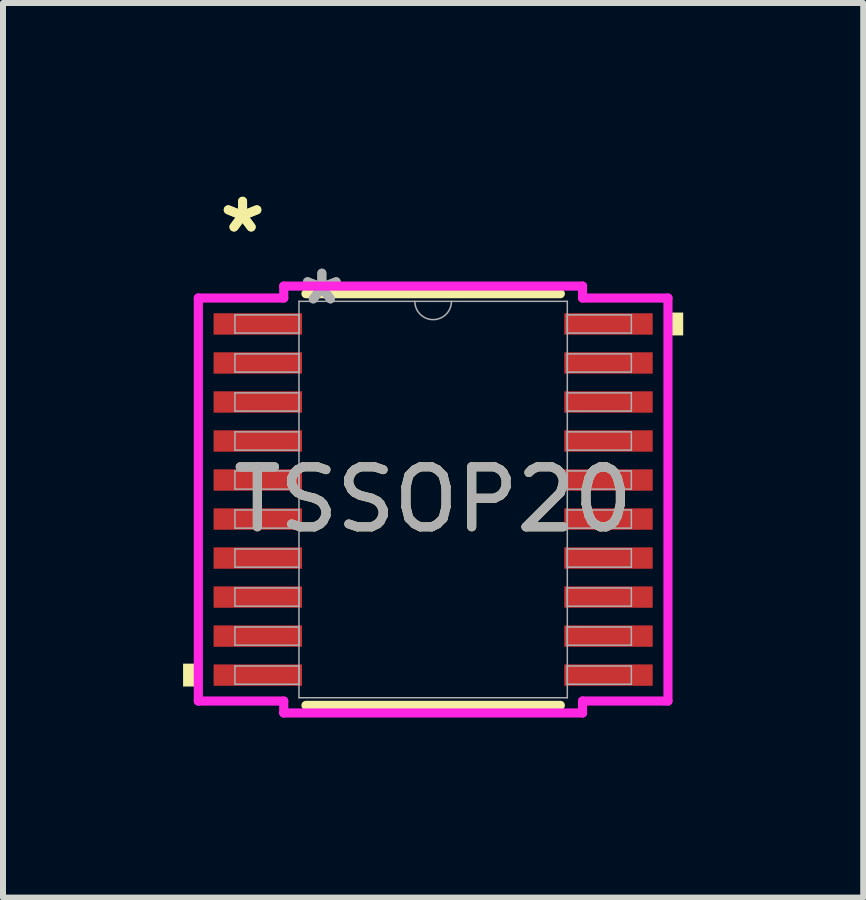
<source format=kicad_pcb>
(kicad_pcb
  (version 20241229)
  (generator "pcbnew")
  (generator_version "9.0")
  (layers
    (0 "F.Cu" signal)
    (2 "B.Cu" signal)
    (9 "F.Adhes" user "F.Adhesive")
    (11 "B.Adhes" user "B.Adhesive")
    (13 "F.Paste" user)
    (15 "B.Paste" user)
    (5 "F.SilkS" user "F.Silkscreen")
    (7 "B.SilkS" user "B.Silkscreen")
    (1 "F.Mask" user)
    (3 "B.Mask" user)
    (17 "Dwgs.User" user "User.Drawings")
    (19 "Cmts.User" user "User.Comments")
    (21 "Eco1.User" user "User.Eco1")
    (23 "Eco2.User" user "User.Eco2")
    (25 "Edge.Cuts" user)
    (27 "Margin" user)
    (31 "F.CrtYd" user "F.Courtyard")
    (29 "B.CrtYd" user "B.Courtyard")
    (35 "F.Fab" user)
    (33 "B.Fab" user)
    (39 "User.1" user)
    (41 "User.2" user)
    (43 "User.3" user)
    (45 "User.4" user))
  (footprint "TSSOP20"
    (layer "F.Cu")
    (at 4.166 5.272)
    (property "Reference" "TSSOP20" (at 0 0 0) (unlocked yes) (layer "F.SilkS") (effects (font (size 1 1) (thickness 0.15))))
    (attr smd)
    (fp_line (start -2.119 3.429) (end 2.119 3.429) (stroke (width 0.152) (type solid)) (layer "F.SilkS"))
    (fp_line (start 2.119 -3.429) (end -2.119 -3.429) (stroke (width 0.152) (type solid)) (layer "F.SilkS"))
    (fp_poly (pts (xy -4.166 2.734) (xy -4.166 3.115) (xy -3.912 3.115) (xy -3.912 2.734)) (stroke (width 0) (type solid)) (fill yes) (layer "F.SilkS"))
    (fp_poly (pts (xy 4.166 -3.115) (xy 4.166 -2.734) (xy 3.912 -2.734) (xy 3.912 -3.115)) (stroke (width 0) (type solid)) (fill yes) (layer "F.SilkS"))
    (fp_line (start -3.912 -3.357) (end -2.489 -3.357) (stroke (width 0.152) (type solid)) (layer "F.CrtYd"))
    (fp_line (start -3.912 3.357) (end -3.912 -3.357) (stroke (width 0.152) (type solid)) (layer "F.CrtYd"))
    (fp_line (start -3.912 3.357) (end -2.489 3.357) (stroke (width 0.152) (type solid)) (layer "F.CrtYd"))
    (fp_line (start -2.489 -3.556) (end 2.489 -3.556) (stroke (width 0.152) (type solid)) (layer "F.CrtYd"))
    (fp_line (start -2.489 -3.357) (end -2.489 -3.556) (stroke (width 0.152) (type solid)) (layer "F.CrtYd"))
    (fp_line (start -2.489 3.556) (end -2.489 3.357) (stroke (width 0.152) (type solid)) (layer "F.CrtYd"))
    (fp_line (start 2.489 -3.556) (end 2.489 -3.357) (stroke (width 0.152) (type solid)) (layer "F.CrtYd"))
    (fp_line (start 2.489 3.357) (end 2.489 3.556) (stroke (width 0.152) (type solid)) (layer "F.CrtYd"))
    (fp_line (start 2.489 3.556) (end -2.489 3.556) (stroke (width 0.152) (type solid)) (layer "F.CrtYd"))
    (fp_line (start 3.912 -3.357) (end 2.489 -3.357) (stroke (width 0.152) (type solid)) (layer "F.CrtYd"))
    (fp_line (start 3.912 -3.357) (end 3.912 3.357) (stroke (width 0.152) (type solid)) (layer "F.CrtYd"))
    (fp_line (start 3.912 3.357) (end 2.489 3.357) (stroke (width 0.152) (type solid)) (layer "F.CrtYd"))
    (fp_line (start -3.302 -3.077) (end -3.302 -2.773) (stroke (width 0.025) (type solid)) (layer "F.Fab"))
    (fp_line (start -3.302 -2.773) (end -2.235 -2.773) (stroke (width 0.025) (type solid)) (layer "F.Fab"))
    (fp_line (start -3.302 -2.427) (end -3.302 -2.123) (stroke (width 0.025) (type solid)) (layer "F.Fab"))
    (fp_line (start -3.302 -2.123) (end -2.235 -2.123) (stroke (width 0.025) (type solid)) (layer "F.Fab"))
    (fp_line (start -3.302 -1.777) (end -3.302 -1.473) (stroke (width 0.025) (type solid)) (layer "F.Fab"))
    (fp_line (start -3.302 -1.473) (end -2.235 -1.473) (stroke (width 0.025) (type solid)) (layer "F.Fab"))
    (fp_line (start -3.302 -1.127) (end -3.302 -0.823) (stroke (width 0.025) (type solid)) (layer "F.Fab"))
    (fp_line (start -3.302 -0.823) (end -2.235 -0.823) (stroke (width 0.025) (type solid)) (layer "F.Fab"))
    (fp_line (start -3.302 -0.477) (end -3.302 -0.173) (stroke (width 0.025) (type solid)) (layer "F.Fab"))
    (fp_line (start -3.302 -0.173) (end -2.235 -0.173) (stroke (width 0.025) (type solid)) (layer "F.Fab"))
    (fp_line (start -3.302 0.173) (end -3.302 0.477) (stroke (width 0.025) (type solid)) (layer "F.Fab"))
    (fp_line (start -3.302 0.477) (end -2.235 0.477) (stroke (width 0.025) (type solid)) (layer "F.Fab"))
    (fp_line (start -3.302 0.823) (end -3.302 1.127) (stroke (width 0.025) (type solid)) (layer "F.Fab"))
    (fp_line (start -3.302 1.127) (end -2.235 1.127) (stroke (width 0.025) (type solid)) (layer "F.Fab"))
    (fp_line (start -3.302 1.473) (end -3.302 1.777) (stroke (width 0.025) (type solid)) (layer "F.Fab"))
    (fp_line (start -3.302 1.777) (end -2.235 1.777) (stroke (width 0.025) (type solid)) (layer "F.Fab"))
    (fp_line (start -3.302 2.123) (end -3.302 2.427) (stroke (width 0.025) (type solid)) (layer "F.Fab"))
    (fp_line (start -3.302 2.427) (end -2.235 2.427) (stroke (width 0.025) (type solid)) (layer "F.Fab"))
    (fp_line (start -3.302 2.773) (end -3.302 3.077) (stroke (width 0.025) (type solid)) (layer "F.Fab"))
    (fp_line (start -3.302 3.077) (end -2.235 3.077) (stroke (width 0.025) (type solid)) (layer "F.Fab"))
    (fp_line (start -2.235 -3.302) (end -2.235 3.302) (stroke (width 0.025) (type solid)) (layer "F.Fab"))
    (fp_line (start -2.235 -3.077) (end -3.302 -3.077) (stroke (width 0.025) (type solid)) (layer "F.Fab"))
    (fp_line (start -2.235 -2.773) (end -2.235 -3.077) (stroke (width 0.025) (type solid)) (layer "F.Fab"))
    (fp_line (start -2.235 -2.427) (end -3.302 -2.427) (stroke (width 0.025) (type solid)) (layer "F.Fab"))
    (fp_line (start -2.235 -2.123) (end -2.235 -2.427) (stroke (width 0.025) (type solid)) (layer "F.Fab"))
    (fp_line (start -2.235 -1.777) (end -3.302 -1.777) (stroke (width 0.025) (type solid)) (layer "F.Fab"))
    (fp_line (start -2.235 -1.473) (end -2.235 -1.777) (stroke (width 0.025) (type solid)) (layer "F.Fab"))
    (fp_line (start -2.235 -1.127) (end -3.302 -1.127) (stroke (width 0.025) (type solid)) (layer "F.Fab"))
    (fp_line (start -2.235 -0.823) (end -2.235 -1.127) (stroke (width 0.025) (type solid)) (layer "F.Fab"))
    (fp_line (start -2.235 -0.477) (end -3.302 -0.477) (stroke (width 0.025) (type solid)) (layer "F.Fab"))
    (fp_line (start -2.235 -0.173) (end -2.235 -0.477) (stroke (width 0.025) (type solid)) (layer "F.Fab"))
    (fp_line (start -2.235 0.173) (end -3.302 0.173) (stroke (width 0.025) (type solid)) (layer "F.Fab"))
    (fp_line (start -2.235 0.477) (end -2.235 0.173) (stroke (width 0.025) (type solid)) (layer "F.Fab"))
    (fp_line (start -2.235 0.823) (end -3.302 0.823) (stroke (width 0.025) (type solid)) (layer "F.Fab"))
    (fp_line (start -2.235 1.127) (end -2.235 0.823) (stroke (width 0.025) (type solid)) (layer "F.Fab"))
    (fp_line (start -2.235 1.473) (end -3.302 1.473) (stroke (width 0.025) (type solid)) (layer "F.Fab"))
    (fp_line (start -2.235 1.777) (end -2.235 1.473) (stroke (width 0.025) (type solid)) (layer "F.Fab"))
    (fp_line (start -2.235 2.123) (end -3.302 2.123) (stroke (width 0.025) (type solid)) (layer "F.Fab"))
    (fp_line (start -2.235 2.427) (end -2.235 2.123) (stroke (width 0.025) (type solid)) (layer "F.Fab"))
    (fp_line (start -2.235 2.773) (end -3.302 2.773) (stroke (width 0.025) (type solid)) (layer "F.Fab"))
    (fp_line (start -2.235 3.077) (end -2.235 2.773) (stroke (width 0.025) (type solid)) (layer "F.Fab"))
    (fp_line (start -2.235 3.302) (end 2.235 3.302) (stroke (width 0.025) (type solid)) (layer "F.Fab"))
    (fp_line (start 2.235 -3.302) (end -2.235 -3.302) (stroke (width 0.025) (type solid)) (layer "F.Fab"))
    (fp_line (start 2.235 -3.077) (end 2.235 -2.773) (stroke (width 0.025) (type solid)) (layer "F.Fab"))
    (fp_line (start 2.235 -2.773) (end 3.302 -2.773) (stroke (width 0.025) (type solid)) (layer "F.Fab"))
    (fp_line (start 2.235 -2.427) (end 2.235 -2.123) (stroke (width 0.025) (type solid)) (layer "F.Fab"))
    (fp_line (start 2.235 -2.123) (end 3.302 -2.123) (stroke (width 0.025) (type solid)) (layer "F.Fab"))
    (fp_line (start 2.235 -1.777) (end 2.235 -1.473) (stroke (width 0.025) (type solid)) (layer "F.Fab"))
    (fp_line (start 2.235 -1.473) (end 3.302 -1.473) (stroke (width 0.025) (type solid)) (layer "F.Fab"))
    (fp_line (start 2.235 -1.127) (end 2.235 -0.823) (stroke (width 0.025) (type solid)) (layer "F.Fab"))
    (fp_line (start 2.235 -0.823) (end 3.302 -0.823) (stroke (width 0.025) (type solid)) (layer "F.Fab"))
    (fp_line (start 2.235 -0.477) (end 2.235 -0.173) (stroke (width 0.025) (type solid)) (layer "F.Fab"))
    (fp_line (start 2.235 -0.173) (end 3.302 -0.173) (stroke (width 0.025) (type solid)) (layer "F.Fab"))
    (fp_line (start 2.235 0.173) (end 2.235 0.477) (stroke (width 0.025) (type solid)) (layer "F.Fab"))
    (fp_line (start 2.235 0.477) (end 3.302 0.477) (stroke (width 0.025) (type solid)) (layer "F.Fab"))
    (fp_line (start 2.235 0.823) (end 2.235 1.127) (stroke (width 0.025) (type solid)) (layer "F.Fab"))
    (fp_line (start 2.235 1.127) (end 3.302 1.127) (stroke (width 0.025) (type solid)) (layer "F.Fab"))
    (fp_line (start 2.235 1.473) (end 2.235 1.777) (stroke (width 0.025) (type solid)) (layer "F.Fab"))
    (fp_line (start 2.235 1.777) (end 3.302 1.777) (stroke (width 0.025) (type solid)) (layer "F.Fab"))
    (fp_line (start 2.235 2.123) (end 2.235 2.427) (stroke (width 0.025) (type solid)) (layer "F.Fab"))
    (fp_line (start 2.235 2.427) (end 3.302 2.427) (stroke (width 0.025) (type solid)) (layer "F.Fab"))
    (fp_line (start 2.235 2.773) (end 2.235 3.077) (stroke (width 0.025) (type solid)) (layer "F.Fab"))
    (fp_line (start 2.235 3.077) (end 3.302 3.077) (stroke (width 0.025) (type solid)) (layer "F.Fab"))
    (fp_line (start 2.235 3.302) (end 2.235 -3.302) (stroke (width 0.025) (type solid)) (layer "F.Fab"))
    (fp_line (start 3.302 -3.077) (end 2.235 -3.077) (stroke (width 0.025) (type solid)) (layer "F.Fab"))
    (fp_line (start 3.302 -2.773) (end 3.302 -3.077) (stroke (width 0.025) (type solid)) (layer "F.Fab"))
    (fp_line (start 3.302 -2.427) (end 2.235 -2.427) (stroke (width 0.025) (type solid)) (layer "F.Fab"))
    (fp_line (start 3.302 -2.123) (end 3.302 -2.427) (stroke (width 0.025) (type solid)) (layer "F.Fab"))
    (fp_line (start 3.302 -1.777) (end 2.235 -1.777) (stroke (width 0.025) (type solid)) (layer "F.Fab"))
    (fp_line (start 3.302 -1.473) (end 3.302 -1.777) (stroke (width 0.025) (type solid)) (layer "F.Fab"))
    (fp_line (start 3.302 -1.127) (end 2.235 -1.127) (stroke (width 0.025) (type solid)) (layer "F.Fab"))
    (fp_line (start 3.302 -0.823) (end 3.302 -1.127) (stroke (width 0.025) (type solid)) (layer "F.Fab"))
    (fp_line (start 3.302 -0.477) (end 2.235 -0.477) (stroke (width 0.025) (type solid)) (layer "F.Fab"))
    (fp_line (start 3.302 -0.173) (end 3.302 -0.477) (stroke (width 0.025) (type solid)) (layer "F.Fab"))
    (fp_line (start 3.302 0.173) (end 2.235 0.173) (stroke (width 0.025) (type solid)) (layer "F.Fab"))
    (fp_line (start 3.302 0.477) (end 3.302 0.173) (stroke (width 0.025) (type solid)) (layer "F.Fab"))
    (fp_line (start 3.302 0.823) (end 2.235 0.823) (stroke (width 0.025) (type solid)) (layer "F.Fab"))
    (fp_line (start 3.302 1.127) (end 3.302 0.823) (stroke (width 0.025) (type solid)) (layer "F.Fab"))
    (fp_line (start 3.302 1.473) (end 2.235 1.473) (stroke (width 0.025) (type solid)) (layer "F.Fab"))
    (fp_line (start 3.302 1.777) (end 3.302 1.473) (stroke (width 0.025) (type solid)) (layer "F.Fab"))
    (fp_line (start 3.302 2.123) (end 2.235 2.123) (stroke (width 0.025) (type solid)) (layer "F.Fab"))
    (fp_line (start 3.302 2.427) (end 3.302 2.123) (stroke (width 0.025) (type solid)) (layer "F.Fab"))
    (fp_line (start 3.302 2.773) (end 2.235 2.773) (stroke (width 0.025) (type solid)) (layer "F.Fab"))
    (fp_line (start 3.302 3.077) (end 3.302 2.773) (stroke (width 0.025) (type solid)) (layer "F.Fab"))
    (fp_arc (start 0.3048 -3.302) (mid 0 -2.9972) (end -0.3048 -3.302) (stroke (width 0.0254) (type solid)) (layer "F.Fab"))
    (fp_text user "*" (at -3.175 -4.424 0) (unlocked yes) (layer "F.SilkS") (effects (font (size 1 1) (thickness 0.15))))
    (fp_text user "*" (at -3.175 -4.424 0) (layer "F.SilkS") (effects (font (size 1 1) (thickness 0.15))))
    (fp_text user "${REFERENCE}" (at 0 0 0) (unlocked yes) (layer "F.Fab") (effects (font (size 1 1) (thickness 0.15))))
    (fp_text user "*" (at -1.854 -3.226 0) (unlocked yes) (layer "F.Fab") (effects (font (size 1 1) (thickness 0.15))))
    (fp_text user "*" (at -1.854 -3.226 0) (layer "F.Fab") (effects (font (size 1 1) (thickness 0.15))))
    (pad "1" smd rect (at -2.921 -2.925) (size 1.473 0.356) (layers "F.Cu" "F.Mask" "F.Paste"))
    (pad "2" smd rect (at -2.921 -2.275) (size 1.473 0.356) (layers "F.Cu" "F.Mask" "F.Paste"))
    (pad "3" smd rect (at -2.921 -1.625) (size 1.473 0.356) (layers "F.Cu" "F.Mask" "F.Paste"))
    (pad "4" smd rect (at -2.921 -0.975) (size 1.473 0.356) (layers "F.Cu" "F.Mask" "F.Paste"))
    (pad "5" smd rect (at -2.921 -0.325) (size 1.473 0.356) (layers "F.Cu" "F.Mask" "F.Paste"))
    (pad "6" smd rect (at -2.921 0.325) (size 1.473 0.356) (layers "F.Cu" "F.Mask" "F.Paste"))
    (pad "7" smd rect (at -2.921 0.975) (size 1.473 0.356) (layers "F.Cu" "F.Mask" "F.Paste"))
    (pad "8" smd rect (at -2.921 1.625) (size 1.473 0.356) (layers "F.Cu" "F.Mask" "F.Paste"))
    (pad "9" smd rect (at -2.921 2.275) (size 1.473 0.356) (layers "F.Cu" "F.Mask" "F.Paste"))
    (pad "10" smd rect (at -2.921 2.925) (size 1.473 0.356) (layers "F.Cu" "F.Mask" "F.Paste"))
    (pad "11" smd rect (at 2.921 2.925) (size 1.473 0.356) (layers "F.Cu" "F.Mask" "F.Paste"))
    (pad "12" smd rect (at 2.921 2.275) (size 1.473 0.356) (layers "F.Cu" "F.Mask" "F.Paste"))
    (pad "13" smd rect (at 2.921 1.625) (size 1.473 0.356) (layers "F.Cu" "F.Mask" "F.Paste"))
    (pad "14" smd rect (at 2.921 0.975) (size 1.473 0.356) (layers "F.Cu" "F.Mask" "F.Paste"))
    (pad "15" smd rect (at 2.921 0.325) (size 1.473 0.356) (layers "F.Cu" "F.Mask" "F.Paste"))
    (pad "16" smd rect (at 2.921 -0.325) (size 1.473 0.356) (layers "F.Cu" "F.Mask" "F.Paste"))
    (pad "17" smd rect (at 2.921 -0.975) (size 1.473 0.356) (layers "F.Cu" "F.Mask" "F.Paste"))
    (pad "18" smd rect (at 2.921 -1.625) (size 1.473 0.356) (layers "F.Cu" "F.Mask" "F.Paste"))
    (pad "19" smd rect (at 2.921 -2.275) (size 1.473 0.356) (layers "F.Cu" "F.Mask" "F.Paste"))
    (pad "20" smd rect (at 2.921 -2.925) (size 1.473 0.356) (layers "F.Cu" "F.Mask" "F.Paste")))
  (gr_rect
    (start -3 -3)
    (end 11.331 11.904)
    (stroke (width 0.1) (type default))
    (fill no)
    (layer "Edge.Cuts")))
</source>
